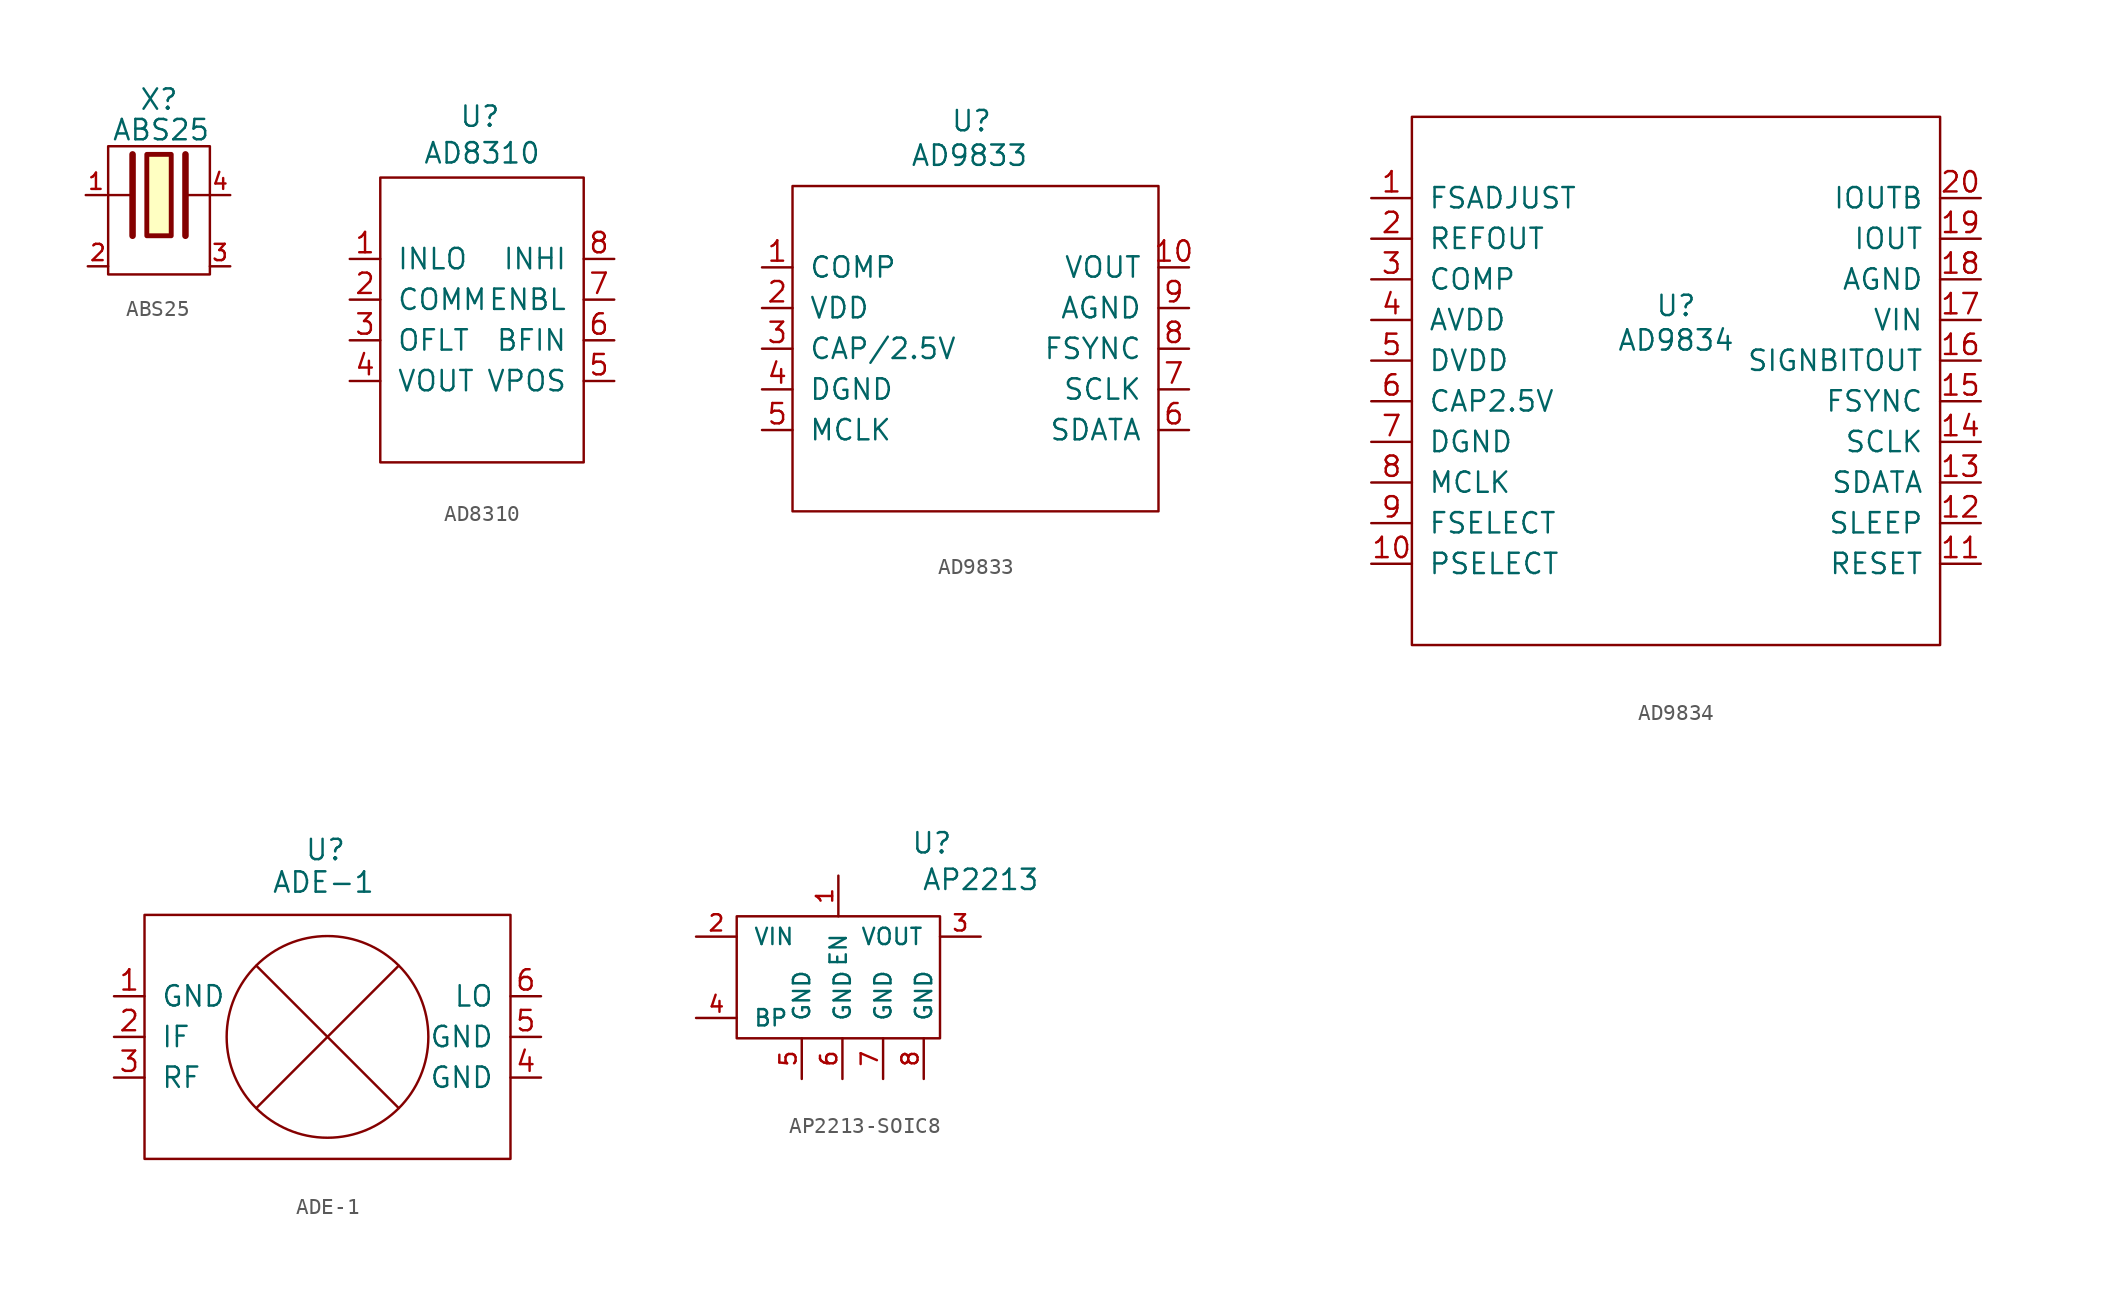
<source format=kicad_sym>
(kicad_symbol_lib
  (version 20220914)
  (generator kicad_symbol_editor)
  (symbol "ABS25"
    (pin_names
      (offset 1.016) hide)
    (property "Reference" "X"
      (at 0 5.969 0)
      (effects (font (size 1.27 1.27))))
    (property "Value" "ABS25"
      (at 0.127 4.064 0)
      (effects (font (size 1.27 1.27))))
    (property "Footprint" ""
      (at 0 0 0)
      (effects (font (size 1.524 1.524))))
    (property "Datasheet" ""
      (at 0 0 0)
      (effects (font (size 1.524 1.524))))
    (symbol "ABS25_0_1"
      (rectangle (start -3.175 3.048) (end 3.175 -4.953) (stroke (width 0) (type solid)) (fill (type none)))
      (polyline (pts (xy -3.175 0) (xy -1.778 0)) (stroke (width 0) (type solid)) (fill (type none)))
      (polyline (pts (xy -1.651 2.54) (xy -1.651 -2.54)) (stroke (width 0.406) (type solid)) (fill (type none)))
      (polyline (pts (xy 1.651 2.54) (xy 1.651 -2.54)) (stroke (width 0.406) (type solid)) (fill (type none)))
      (polyline (pts (xy 3.175 0) (xy 1.778 0)) (stroke (width 0) (type solid)) (fill (type none)))
      (polyline (pts (xy -0.762 2.54) (xy 0.762 2.54) (xy 0.762 -2.54) (xy -0.762 -2.54) (xy -0.762 2.54)) (stroke (width 0.305) (type solid)) (fill (type background))))
    (symbol "ABS25_1_1"
      (pin passive line (at -4.572 0 0) (length 1.27) (name "1" (effects (font (size 1.016 1.016)))) (number "1" (effects (font (size 1.016 1.016)))))
      (pin passive line (at -4.445 -4.445 0) (length 1.27) (name "2" (effects (font (size 1.27 1.27)))) (number "2" (effects (font (size 1.016 1.016)))))
      (pin passive line (at 4.445 -4.445 180) (length 1.27) (name "3" (effects (font (size 1.27 1.27)))) (number "3" (effects (font (size 1.016 1.016)))))
      (pin passive line (at 4.445 0 180) (length 1.27) (name "4" (effects (font (size 1.016 1.016)))) (number "4" (effects (font (size 1.016 1.016)))))))
  (symbol "AD8310"
    (pin_names
      (offset 1.016))
    (property "Reference" "U"
      (at -0.127 12.7 0)
      (effects (font (size 1.27 1.27))))
    (property "Value" "AD8310"
      (at 0 10.414 0)
      (effects (font (size 1.27 1.27))))
    (property "Footprint" ""
      (at 0 0 0)
      (effects (font (size 1.524 1.524))))
    (property "Datasheet" ""
      (at 0 0 0)
      (effects (font (size 1.524 1.524))))
    (symbol "AD8310_1_0"
      (rectangle (start -6.35 -8.89) (end 6.35 8.89) (stroke (width 0) (type solid)) (fill (type none))))
    (symbol "AD8310_1_1"
      (pin input line (at -8.255 3.81 0) (length 1.905) (name "INLO" (effects (font (size 1.27 1.27)))) (number "1" (effects (font (size 1.27 1.27)))))
      (pin input line (at -8.255 1.27 0) (length 1.905) (name "COMM" (effects (font (size 1.27 1.27)))) (number "2" (effects (font (size 1.27 1.27)))))
      (pin input line (at -8.255 -1.27 0) (length 1.905) (name "OFLT" (effects (font (size 1.27 1.27)))) (number "3" (effects (font (size 1.27 1.27)))))
      (pin input line (at -8.255 -3.81 0) (length 1.905) (name "VOUT" (effects (font (size 1.27 1.27)))) (number "4" (effects (font (size 1.27 1.27)))))
      (pin input line (at 8.255 -3.81 180) (length 1.905) (name "VPOS" (effects (font (size 1.27 1.27)))) (number "5" (effects (font (size 1.27 1.27)))))
      (pin input line (at 8.255 -1.27 180) (length 1.905) (name "BFIN" (effects (font (size 1.27 1.27)))) (number "6" (effects (font (size 1.27 1.27)))))
      (pin input line (at 8.255 1.27 180) (length 1.905) (name "ENBL" (effects (font (size 1.27 1.27)))) (number "7" (effects (font (size 1.27 1.27)))))
      (pin input line (at 8.255 3.81 180) (length 1.905) (name "INHI" (effects (font (size 1.27 1.27)))) (number "8" (effects (font (size 1.27 1.27)))))))
  (symbol "AD9833"
    (pin_names
      (offset 1.016))
    (property "Reference" "U"
      (at -0.254 14.224 0)
      (effects (font (size 1.27 1.27))))
    (property "Value" "AD9833"
      (at -0.381 12.065 0)
      (effects (font (size 1.27 1.27))))
    (property "Footprint" ""
      (at 0 0 0)
      (effects (font (size 1.524 1.524))))
    (property "Datasheet" ""
      (at 0 0 0)
      (effects (font (size 1.524 1.524))))
    (symbol "AD9833_1_0"
      (rectangle (start -11.43 -10.16) (end 11.43 10.16) (stroke (width 0) (type solid)) (fill (type none))))
    (symbol "AD9833_1_1"
      (pin input line (at -13.335 5.08 0) (length 1.905) (name "COMP" (effects (font (size 1.27 1.27)))) (number "1" (effects (font (size 1.27 1.27)))))
      (pin input line (at 13.335 5.08 180) (length 1.905) (name "VOUT" (effects (font (size 1.27 1.27)))) (number "10" (effects (font (size 1.27 1.27)))))
      (pin input line (at -13.335 2.54 0) (length 1.905) (name "VDD" (effects (font (size 1.27 1.27)))) (number "2" (effects (font (size 1.27 1.27)))))
      (pin input line (at -13.335 0 0) (length 1.905) (name "CAP/2.5V" (effects (font (size 1.27 1.27)))) (number "3" (effects (font (size 1.27 1.27)))))
      (pin input line (at -13.335 -2.54 0) (length 1.905) (name "DGND" (effects (font (size 1.27 1.27)))) (number "4" (effects (font (size 1.27 1.27)))))
      (pin input line (at -13.335 -5.08 0) (length 1.905) (name "MCLK" (effects (font (size 1.27 1.27)))) (number "5" (effects (font (size 1.27 1.27)))))
      (pin input line (at 13.335 -5.08 180) (length 1.905) (name "SDATA" (effects (font (size 1.27 1.27)))) (number "6" (effects (font (size 1.27 1.27)))))
      (pin input line (at 13.335 -2.54 180) (length 1.905) (name "SCLK" (effects (font (size 1.27 1.27)))) (number "7" (effects (font (size 1.27 1.27)))))
      (pin input line (at 13.335 0 180) (length 1.905) (name "FSYNC" (effects (font (size 1.27 1.27)))) (number "8" (effects (font (size 1.27 1.27)))))
      (pin input line (at 13.335 2.54 180) (length 1.905) (name "AGND" (effects (font (size 1.27 1.27)))) (number "9" (effects (font (size 1.27 1.27)))))))
  (symbol "AD9834"
    (pin_names
      (offset 1.016))
    (property "Reference" "U"
      (at 0 4.699 0)
      (effects (font (size 1.27 1.27))))
    (property "Value" "AD9834"
      (at 0 2.54 0)
      (effects (font (size 1.27 1.27))))
    (property "Footprint" ""
      (at 0 0 0)
      (effects (font (size 1.524 1.524))))
    (property "Datasheet" ""
      (at 0 0 0)
      (effects (font (size 1.524 1.524))))
    (symbol "AD9834_1_0"
      (rectangle (start -16.51 -16.51) (end 16.51 16.51) (stroke (width 0) (type solid)) (fill (type none))))
    (symbol "AD9834_1_1"
      (pin passive line (at -19.05 11.43 0) (length 2.54) (name "FSADJUST" (effects (font (size 1.27 1.27)))) (number "1" (effects (font (size 1.27 1.27)))))
      (pin passive line (at -19.05 -11.43 0) (length 2.54) (name "PSELECT" (effects (font (size 1.27 1.27)))) (number "10" (effects (font (size 1.27 1.27)))))
      (pin passive line (at 19.05 -11.43 180) (length 2.54) (name "RESET" (effects (font (size 1.27 1.27)))) (number "11" (effects (font (size 1.27 1.27)))))
      (pin passive line (at 19.05 -8.89 180) (length 2.54) (name "SLEEP" (effects (font (size 1.27 1.27)))) (number "12" (effects (font (size 1.27 1.27)))))
      (pin passive line (at 19.05 -6.35 180) (length 2.54) (name "SDATA" (effects (font (size 1.27 1.27)))) (number "13" (effects (font (size 1.27 1.27)))))
      (pin passive line (at 19.05 -3.81 180) (length 2.54) (name "SCLK" (effects (font (size 1.27 1.27)))) (number "14" (effects (font (size 1.27 1.27)))))
      (pin passive line (at 19.05 -1.27 180) (length 2.54) (name "FSYNC" (effects (font (size 1.27 1.27)))) (number "15" (effects (font (size 1.27 1.27)))))
      (pin passive line (at 19.05 1.27 180) (length 2.54) (name "SIGNBITOUT" (effects (font (size 1.27 1.27)))) (number "16" (effects (font (size 1.27 1.27)))))
      (pin passive line (at 19.05 3.81 180) (length 2.54) (name "VIN" (effects (font (size 1.27 1.27)))) (number "17" (effects (font (size 1.27 1.27)))))
      (pin passive line (at 19.05 6.35 180) (length 2.54) (name "AGND" (effects (font (size 1.27 1.27)))) (number "18" (effects (font (size 1.27 1.27)))))
      (pin passive line (at 19.05 8.89 180) (length 2.54) (name "IOUT" (effects (font (size 1.27 1.27)))) (number "19" (effects (font (size 1.27 1.27)))))
      (pin passive line (at -19.05 8.89 0) (length 2.54) (name "REFOUT" (effects (font (size 1.27 1.27)))) (number "2" (effects (font (size 1.27 1.27)))))
      (pin passive line (at 19.05 11.43 180) (length 2.54) (name "IOUTB" (effects (font (size 1.27 1.27)))) (number "20" (effects (font (size 1.27 1.27)))))
      (pin passive line (at -19.05 6.35 0) (length 2.54) (name "COMP" (effects (font (size 1.27 1.27)))) (number "3" (effects (font (size 1.27 1.27)))))
      (pin passive line (at -19.05 3.81 0) (length 2.54) (name "AVDD" (effects (font (size 1.27 1.27)))) (number "4" (effects (font (size 1.27 1.27)))))
      (pin passive line (at -19.05 1.27 0) (length 2.54) (name "DVDD" (effects (font (size 1.27 1.27)))) (number "5" (effects (font (size 1.27 1.27)))))
      (pin passive line (at -19.05 -1.27 0) (length 2.54) (name "CAP2.5V" (effects (font (size 1.27 1.27)))) (number "6" (effects (font (size 1.27 1.27)))))
      (pin passive line (at -19.05 -3.81 0) (length 2.54) (name "DGND" (effects (font (size 1.27 1.27)))) (number "7" (effects (font (size 1.27 1.27)))))
      (pin passive line (at -19.05 -6.35 0) (length 2.54) (name "MCLK" (effects (font (size 1.27 1.27)))) (number "8" (effects (font (size 1.27 1.27)))))
      (pin passive line (at -19.05 -8.89 0) (length 2.54) (name "FSELECT" (effects (font (size 1.27 1.27)))) (number "9" (effects (font (size 1.27 1.27)))))))
  (symbol "ADE-1"
    (pin_names
      (offset 1.016))
    (property "Reference" "U"
      (at -0.127 11.684 0)
      (effects (font (size 1.27 1.27))))
    (property "Value" "ADE-1"
      (at -0.254 9.652 0)
      (effects (font (size 1.27 1.27))))
    (property "Footprint" ""
      (at 0 0 0)
      (effects (font (size 1.524 1.524))))
    (property "Datasheet" ""
      (at 0 0 0)
      (effects (font (size 1.524 1.524))))
    (symbol "ADE-1_0_1"
      (polyline (pts (xy -4.445 -4.445) (xy 4.445 4.445)) (stroke (width 0) (type solid)) (fill (type none)))
      (polyline (pts (xy -4.445 4.445) (xy 4.445 -4.445)) (stroke (width 0) (type solid)) (fill (type none)))
      (circle (center 0 0) (radius 6.299) (stroke (width 0) (type solid)) (fill (type none))))
    (symbol "ADE-1_1_0"
      (rectangle (start -11.43 -7.62) (end 11.43 7.62) (stroke (width 0) (type solid)) (fill (type none))))
    (symbol "ADE-1_1_1"
      (pin passive line (at -13.335 2.54 0) (length 1.905) (name "GND" (effects (font (size 1.27 1.27)))) (number "1" (effects (font (size 1.27 1.27)))))
      (pin passive line (at -13.335 0 0) (length 1.905) (name "IF" (effects (font (size 1.27 1.27)))) (number "2" (effects (font (size 1.27 1.27)))))
      (pin passive line (at -13.335 -2.54 0) (length 1.905) (name "RF" (effects (font (size 1.27 1.27)))) (number "3" (effects (font (size 1.27 1.27)))))
      (pin passive line (at 13.335 -2.54 180) (length 1.905) (name "GND" (effects (font (size 1.27 1.27)))) (number "4" (effects (font (size 1.27 1.27)))))
      (pin passive line (at 13.335 0 180) (length 1.905) (name "GND" (effects (font (size 1.27 1.27)))) (number "5" (effects (font (size 1.27 1.27)))))
      (pin passive line (at 13.335 2.54 180) (length 1.905) (name "LO" (effects (font (size 1.27 1.27)))) (number "6" (effects (font (size 1.27 1.27)))))))
  (symbol "AP2213-SOIC8"
    (pin_names
      (offset 1.016))
    (property "Reference" "U"
      (at 5.842 8.382 0)
      (effects (font (size 1.27 1.27))))
    (property "Value" "AP2213"
      (at 8.89 6.096 0)
      (effects (font (size 1.27 1.27))))
    (symbol "AP2213-SOIC8_0_1"
      (rectangle (start -6.35 3.81) (end 6.35 -3.81) (stroke (width 0) (type solid)) (fill (type none))))
    (symbol "AP2213-SOIC8_1_1"
      (pin passive line (at 0 6.35 270) (length 2.54) (name "EN" (effects (font (size 1.016 1.016)))) (number "1" (effects (font (size 1.016 1.016)))))
      (pin power_in line (at -8.89 2.54 0) (length 2.54) (name "VIN" (effects (font (size 1.016 1.016)))) (number "2" (effects (font (size 1.016 1.016)))))
      (pin power_out line (at 8.89 2.54 180) (length 2.54) (name "VOUT" (effects (font (size 1.016 1.016)))) (number "3" (effects (font (size 1.016 1.016)))))
      (pin passive line (at -8.89 -2.54 0) (length 2.54) (name "BP" (effects (font (size 1.016 1.016)))) (number "4" (effects (font (size 1.016 1.016)))))
      (pin passive line (at -2.286 -6.35 90) (length 2.54) (name "GND" (effects (font (size 1.016 1.016)))) (number "5" (effects (font (size 1.016 1.016)))))
      (pin passive line (at 0.254 -6.35 90) (length 2.54) (name "GND" (effects (font (size 1.016 1.016)))) (number "6" (effects (font (size 1.016 1.016)))))
      (pin passive line (at 2.794 -6.35 90) (length 2.54) (name "GND" (effects (font (size 1.016 1.016)))) (number "7" (effects (font (size 1.016 1.016)))))
      (pin passive line (at 5.334 -6.35 90) (length 2.54) (name "GND" (effects (font (size 1.016 1.016)))) (number "8" (effects (font (size 1.016 1.016))))))))
</source>
